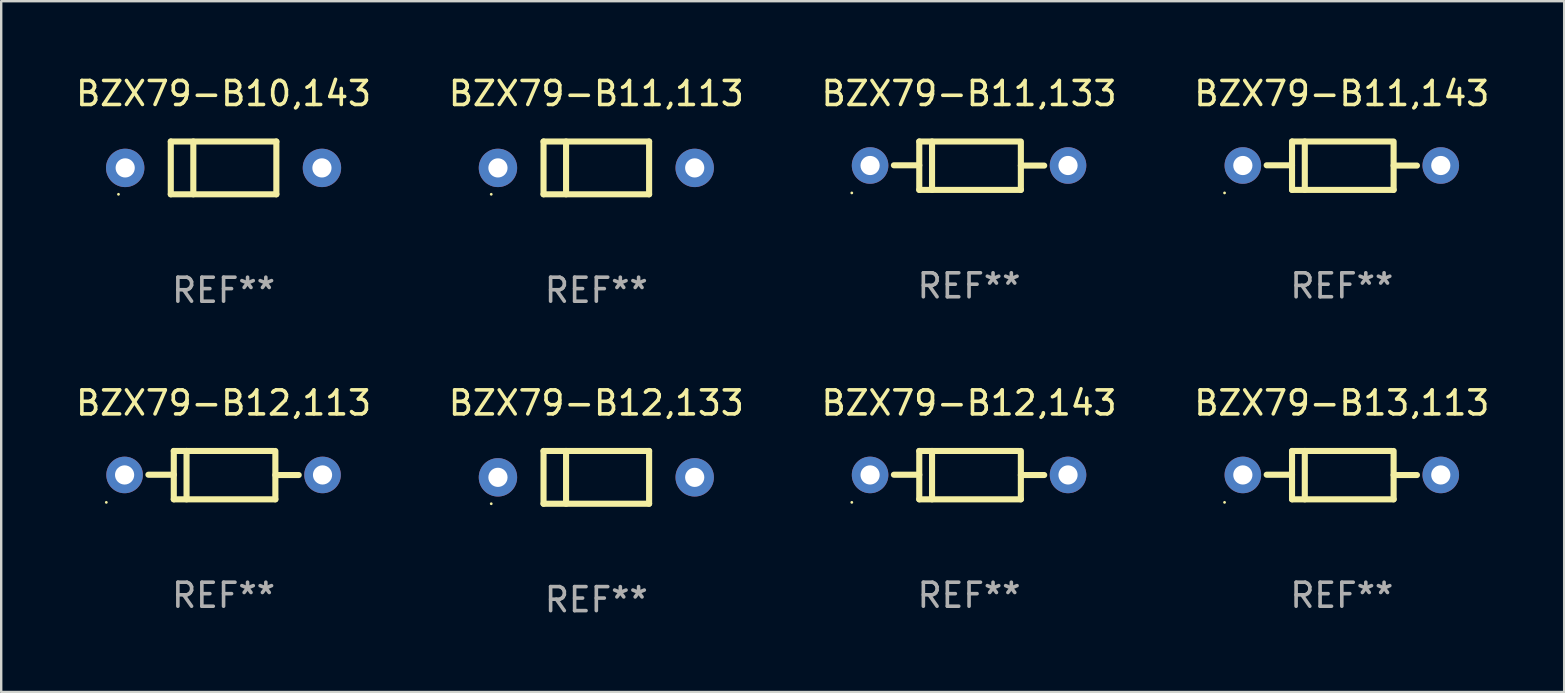
<source format=kicad_pcb>
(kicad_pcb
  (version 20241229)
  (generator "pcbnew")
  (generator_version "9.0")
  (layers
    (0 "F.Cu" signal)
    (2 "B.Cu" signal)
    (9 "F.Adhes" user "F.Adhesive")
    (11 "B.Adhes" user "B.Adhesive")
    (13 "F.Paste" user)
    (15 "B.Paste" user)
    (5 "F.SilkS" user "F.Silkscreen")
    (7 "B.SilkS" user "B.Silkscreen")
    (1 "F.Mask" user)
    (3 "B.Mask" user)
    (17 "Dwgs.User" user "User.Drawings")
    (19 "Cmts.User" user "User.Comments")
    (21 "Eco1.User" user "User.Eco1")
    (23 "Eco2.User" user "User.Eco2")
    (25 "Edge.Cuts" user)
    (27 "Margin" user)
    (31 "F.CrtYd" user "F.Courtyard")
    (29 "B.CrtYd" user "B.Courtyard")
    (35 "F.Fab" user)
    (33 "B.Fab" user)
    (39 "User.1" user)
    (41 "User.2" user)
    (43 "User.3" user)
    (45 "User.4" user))
  (footprint "BZX79-B11,133"
    (layer "F.Cu")
    (at 37.339 3.856)
    (property "Reference" "BZX79-B11,133" (at 0 -3.008 0) (layer "F.SilkS") (effects (font (size 1 1) (thickness 0.15))))
    (attr through_hole)
    (fp_line (start -2.075 -1.008) (end -2.075 1.008) (stroke (width 0.254) (type solid)) (layer "F.SilkS"))
    (fp_line (start -2.075 -0.017) (end -3.132 -0.017) (stroke (width 0.254) (type solid)) (layer "F.SilkS"))
    (fp_line (start -2.075 1.008) (end 2.159 1.008) (stroke (width 0.254) (type solid)) (layer "F.SilkS"))
    (fp_line (start -1.543 -1.008) (end -1.543 1.008) (stroke (width 0.254) (type solid)) (layer "F.SilkS"))
    (fp_line (start 2.075 -1.008) (end -2.075 -1.008) (stroke (width 0.254) (type solid)) (layer "F.SilkS"))
    (fp_line (start 2.159 -0.005) (end 3.132 -0.005) (stroke (width 0.254) (type solid)) (layer "F.SilkS"))
    (fp_line (start 2.159 1.008) (end 2.159 -1.008) (stroke (width 0.254) (type solid)) (layer "F.SilkS"))
    (fp_circle (center -4.887 1.135) (end -4.857 1.135) (stroke (width 0.06) (type solid)) (fill no) (layer "F.SilkS"))
    (fp_text user "REF**" (at 0 5.008 0) (layer "F.Fab") (effects (font (size 1 1) (thickness 0.15))))
    (pad "1" thru_hole circle (at -4.125 -0.008) (size 1.524 1.524) (drill 0.8) (layers "*.Cu" "*.Mask"))
    (pad "2" thru_hole circle (at 4.125 -0.008) (size 1.524 1.524) (drill 0.8) (layers "*.Cu" "*.Mask")))
  (footprint "BZX79-B12,113"
    (layer "F.Cu")
    (at 6.268 16.753)
    (property "Reference" "BZX79-B12,113" (at 0 -3.008 0) (layer "F.SilkS") (effects (font (size 1 1) (thickness 0.15))))
    (attr through_hole)
    (fp_line (start -2.075 -1.008) (end -2.075 1.008) (stroke (width 0.254) (type solid)) (layer "F.SilkS"))
    (fp_line (start -2.075 -0.017) (end -3.132 -0.017) (stroke (width 0.254) (type solid)) (layer "F.SilkS"))
    (fp_line (start -2.075 1.008) (end 2.159 1.008) (stroke (width 0.254) (type solid)) (layer "F.SilkS"))
    (fp_line (start -1.543 -1.008) (end -1.543 1.008) (stroke (width 0.254) (type solid)) (layer "F.SilkS"))
    (fp_line (start 2.075 -1.008) (end -2.075 -1.008) (stroke (width 0.254) (type solid)) (layer "F.SilkS"))
    (fp_line (start 2.159 -0.005) (end 3.132 -0.005) (stroke (width 0.254) (type solid)) (layer "F.SilkS"))
    (fp_line (start 2.159 1.008) (end 2.159 -1.008) (stroke (width 0.254) (type solid)) (layer "F.SilkS"))
    (fp_circle (center -4.887 1.135) (end -4.857 1.135) (stroke (width 0.06) (type solid)) (fill no) (layer "F.SilkS"))
    (fp_text user "REF**" (at 0 5.008 0) (layer "F.Fab") (effects (font (size 1 1) (thickness 0.15))))
    (pad "1" thru_hole circle (at -4.125 -0.008) (size 1.524 1.524) (drill 0.8) (layers "*.Cu" "*.Mask"))
    (pad "2" thru_hole circle (at 4.125 -0.008) (size 1.524 1.524) (drill 0.8) (layers "*.Cu" "*.Mask")))
  (footprint "BZX79-B10,143"
    (layer "F.Cu")
    (at 6.268 3.948)
    (property "Reference" "BZX79-B10,143" (at 0 -3.1 0) (layer "F.SilkS") (effects (font (size 1 1) (thickness 0.15))))
    (attr through_hole)
    (fp_line (start -2.2 -1.1) (end -2.2 1.1) (stroke (width 0.254) (type solid)) (layer "F.SilkS"))
    (fp_line (start -2.2 -1.1) (end 2.2 -1.1) (stroke (width 0.254) (type solid)) (layer "F.SilkS"))
    (fp_line (start -2.2 1.1) (end 2.2 1.1) (stroke (width 0.254) (type solid)) (layer "F.SilkS"))
    (fp_line (start -1.261 -1.1) (end -1.261 1.1) (stroke (width 0.254) (type solid)) (layer "F.SilkS"))
    (fp_line (start 2.2 -1.1) (end 2.2 1.1) (stroke (width 0.254) (type solid)) (layer "F.SilkS"))
    (fp_circle (center -4.38 1.1) (end -4.35 1.1) (stroke (width 0.06) (type solid)) (fill no) (layer "F.SilkS"))
    (fp_text user "REF**" (at 0 5.1 0) (layer "F.Fab") (effects (font (size 1 1) (thickness 0.15))))
    (pad "1" thru_hole circle (at -4.1 0) (size 1.6 1.6) (drill 0.8) (layers "*.Cu" "*.Mask"))
    (pad "2" thru_hole circle (at 4.1 0) (size 1.6 1.6) (drill 0.8) (layers "*.Cu" "*.Mask")))
  (footprint "BZX79-B12,133"
    (layer "F.Cu")
    (at 21.804 16.845)
    (property "Reference" "BZX79-B12,133" (at 0 -3.1 0) (layer "F.SilkS") (effects (font (size 1 1) (thickness 0.15))))
    (attr through_hole)
    (fp_line (start -2.2 -1.1) (end -2.2 1.1) (stroke (width 0.254) (type solid)) (layer "F.SilkS"))
    (fp_line (start -2.2 -1.1) (end 2.2 -1.1) (stroke (width 0.254) (type solid)) (layer "F.SilkS"))
    (fp_line (start -2.2 1.1) (end 2.2 1.1) (stroke (width 0.254) (type solid)) (layer "F.SilkS"))
    (fp_line (start -1.261 -1.1) (end -1.261 1.1) (stroke (width 0.254) (type solid)) (layer "F.SilkS"))
    (fp_line (start 2.2 -1.1) (end 2.2 1.1) (stroke (width 0.254) (type solid)) (layer "F.SilkS"))
    (fp_circle (center -4.38 1.1) (end -4.35 1.1) (stroke (width 0.06) (type solid)) (fill no) (layer "F.SilkS"))
    (fp_text user "REF**" (at 0 5.1 0) (layer "F.Fab") (effects (font (size 1 1) (thickness 0.15))))
    (pad "1" thru_hole circle (at -4.1 0) (size 1.6 1.6) (drill 0.8) (layers "*.Cu" "*.Mask"))
    (pad "2" thru_hole circle (at 4.1 0) (size 1.6 1.6) (drill 0.8) (layers "*.Cu" "*.Mask")))
  (footprint "BZX79-B11,143"
    (layer "F.Cu")
    (at 52.875 3.856)
    (property "Reference" "BZX79-B11,143" (at 0 -3.008 0) (layer "F.SilkS") (effects (font (size 1 1) (thickness 0.15))))
    (attr through_hole)
    (fp_line (start -2.075 -1.008) (end -2.075 1.008) (stroke (width 0.254) (type solid)) (layer "F.SilkS"))
    (fp_line (start -2.075 -0.017) (end -3.132 -0.017) (stroke (width 0.254) (type solid)) (layer "F.SilkS"))
    (fp_line (start -2.075 1.008) (end 2.159 1.008) (stroke (width 0.254) (type solid)) (layer "F.SilkS"))
    (fp_line (start -1.543 -1.008) (end -1.543 1.008) (stroke (width 0.254) (type solid)) (layer "F.SilkS"))
    (fp_line (start 2.075 -1.008) (end -2.075 -1.008) (stroke (width 0.254) (type solid)) (layer "F.SilkS"))
    (fp_line (start 2.159 -0.005) (end 3.132 -0.005) (stroke (width 0.254) (type solid)) (layer "F.SilkS"))
    (fp_line (start 2.159 1.008) (end 2.159 -1.008) (stroke (width 0.254) (type solid)) (layer "F.SilkS"))
    (fp_circle (center -4.887 1.135) (end -4.857 1.135) (stroke (width 0.06) (type solid)) (fill no) (layer "F.SilkS"))
    (fp_text user "REF**" (at 0 5.008 0) (layer "F.Fab") (effects (font (size 1 1) (thickness 0.15))))
    (pad "1" thru_hole circle (at -4.125 -0.008) (size 1.524 1.524) (drill 0.8) (layers "*.Cu" "*.Mask"))
    (pad "2" thru_hole circle (at 4.125 -0.008) (size 1.524 1.524) (drill 0.8) (layers "*.Cu" "*.Mask")))
  (footprint "BZX79-B11,113"
    (layer "F.Cu")
    (at 21.804 3.948)
    (property "Reference" "BZX79-B11,113" (at 0 -3.1 0) (layer "F.SilkS") (effects (font (size 1 1) (thickness 0.15))))
    (attr through_hole)
    (fp_line (start -2.2 -1.1) (end -2.2 1.1) (stroke (width 0.254) (type solid)) (layer "F.SilkS"))
    (fp_line (start -2.2 -1.1) (end 2.2 -1.1) (stroke (width 0.254) (type solid)) (layer "F.SilkS"))
    (fp_line (start -2.2 1.1) (end 2.2 1.1) (stroke (width 0.254) (type solid)) (layer "F.SilkS"))
    (fp_line (start -1.261 -1.1) (end -1.261 1.1) (stroke (width 0.254) (type solid)) (layer "F.SilkS"))
    (fp_line (start 2.2 -1.1) (end 2.2 1.1) (stroke (width 0.254) (type solid)) (layer "F.SilkS"))
    (fp_circle (center -4.38 1.1) (end -4.35 1.1) (stroke (width 0.06) (type solid)) (fill no) (layer "F.SilkS"))
    (fp_text user "REF**" (at 0 5.1 0) (layer "F.Fab") (effects (font (size 1 1) (thickness 0.15))))
    (pad "1" thru_hole circle (at -4.1 0) (size 1.6 1.6) (drill 0.8) (layers "*.Cu" "*.Mask"))
    (pad "2" thru_hole circle (at 4.1 0) (size 1.6 1.6) (drill 0.8) (layers "*.Cu" "*.Mask")))
  (footprint "BZX79-B12,143"
    (layer "F.Cu")
    (at 37.339 16.753)
    (property "Reference" "BZX79-B12,143" (at 0 -3.008 0) (layer "F.SilkS") (effects (font (size 1 1) (thickness 0.15))))
    (attr through_hole)
    (fp_line (start -2.075 -1.008) (end -2.075 1.008) (stroke (width 0.254) (type solid)) (layer "F.SilkS"))
    (fp_line (start -2.075 -0.017) (end -3.132 -0.017) (stroke (width 0.254) (type solid)) (layer "F.SilkS"))
    (fp_line (start -2.075 1.008) (end 2.159 1.008) (stroke (width 0.254) (type solid)) (layer "F.SilkS"))
    (fp_line (start -1.543 -1.008) (end -1.543 1.008) (stroke (width 0.254) (type solid)) (layer "F.SilkS"))
    (fp_line (start 2.075 -1.008) (end -2.075 -1.008) (stroke (width 0.254) (type solid)) (layer "F.SilkS"))
    (fp_line (start 2.159 -0.005) (end 3.132 -0.005) (stroke (width 0.254) (type solid)) (layer "F.SilkS"))
    (fp_line (start 2.159 1.008) (end 2.159 -1.008) (stroke (width 0.254) (type solid)) (layer "F.SilkS"))
    (fp_circle (center -4.887 1.135) (end -4.857 1.135) (stroke (width 0.06) (type solid)) (fill no) (layer "F.SilkS"))
    (fp_text user "REF**" (at 0 5.008 0) (layer "F.Fab") (effects (font (size 1 1) (thickness 0.15))))
    (pad "1" thru_hole circle (at -4.125 -0.008) (size 1.524 1.524) (drill 0.8) (layers "*.Cu" "*.Mask"))
    (pad "2" thru_hole circle (at 4.125 -0.008) (size 1.524 1.524) (drill 0.8) (layers "*.Cu" "*.Mask")))
  (footprint "BZX79-B13,113"
    (layer "F.Cu")
    (at 52.875 16.753)
    (property "Reference" "BZX79-B13,113" (at 0 -3.008 0) (layer "F.SilkS") (effects (font (size 1 1) (thickness 0.15))))
    (attr through_hole)
    (fp_line (start -2.075 -1.008) (end -2.075 1.008) (stroke (width 0.254) (type solid)) (layer "F.SilkS"))
    (fp_line (start -2.075 -0.017) (end -3.132 -0.017) (stroke (width 0.254) (type solid)) (layer "F.SilkS"))
    (fp_line (start -2.075 1.008) (end 2.159 1.008) (stroke (width 0.254) (type solid)) (layer "F.SilkS"))
    (fp_line (start -1.543 -1.008) (end -1.543 1.008) (stroke (width 0.254) (type solid)) (layer "F.SilkS"))
    (fp_line (start 2.075 -1.008) (end -2.075 -1.008) (stroke (width 0.254) (type solid)) (layer "F.SilkS"))
    (fp_line (start 2.159 -0.005) (end 3.132 -0.005) (stroke (width 0.254) (type solid)) (layer "F.SilkS"))
    (fp_line (start 2.159 1.008) (end 2.159 -1.008) (stroke (width 0.254) (type solid)) (layer "F.SilkS"))
    (fp_circle (center -4.887 1.135) (end -4.857 1.135) (stroke (width 0.06) (type solid)) (fill no) (layer "F.SilkS"))
    (fp_text user "REF**" (at 0 5.008 0) (layer "F.Fab") (effects (font (size 1 1) (thickness 0.15))))
    (pad "1" thru_hole circle (at -4.125 -0.008) (size 1.524 1.524) (drill 0.8) (layers "*.Cu" "*.Mask"))
    (pad "2" thru_hole circle (at 4.125 -0.008) (size 1.524 1.524) (drill 0.8) (layers "*.Cu" "*.Mask")))
  (gr_rect
    (start -3 -3)
    (end 62.143 25.793)
    (stroke (width 0.1) (type default))
    (fill no)
    (layer "Edge.Cuts")))
</source>
